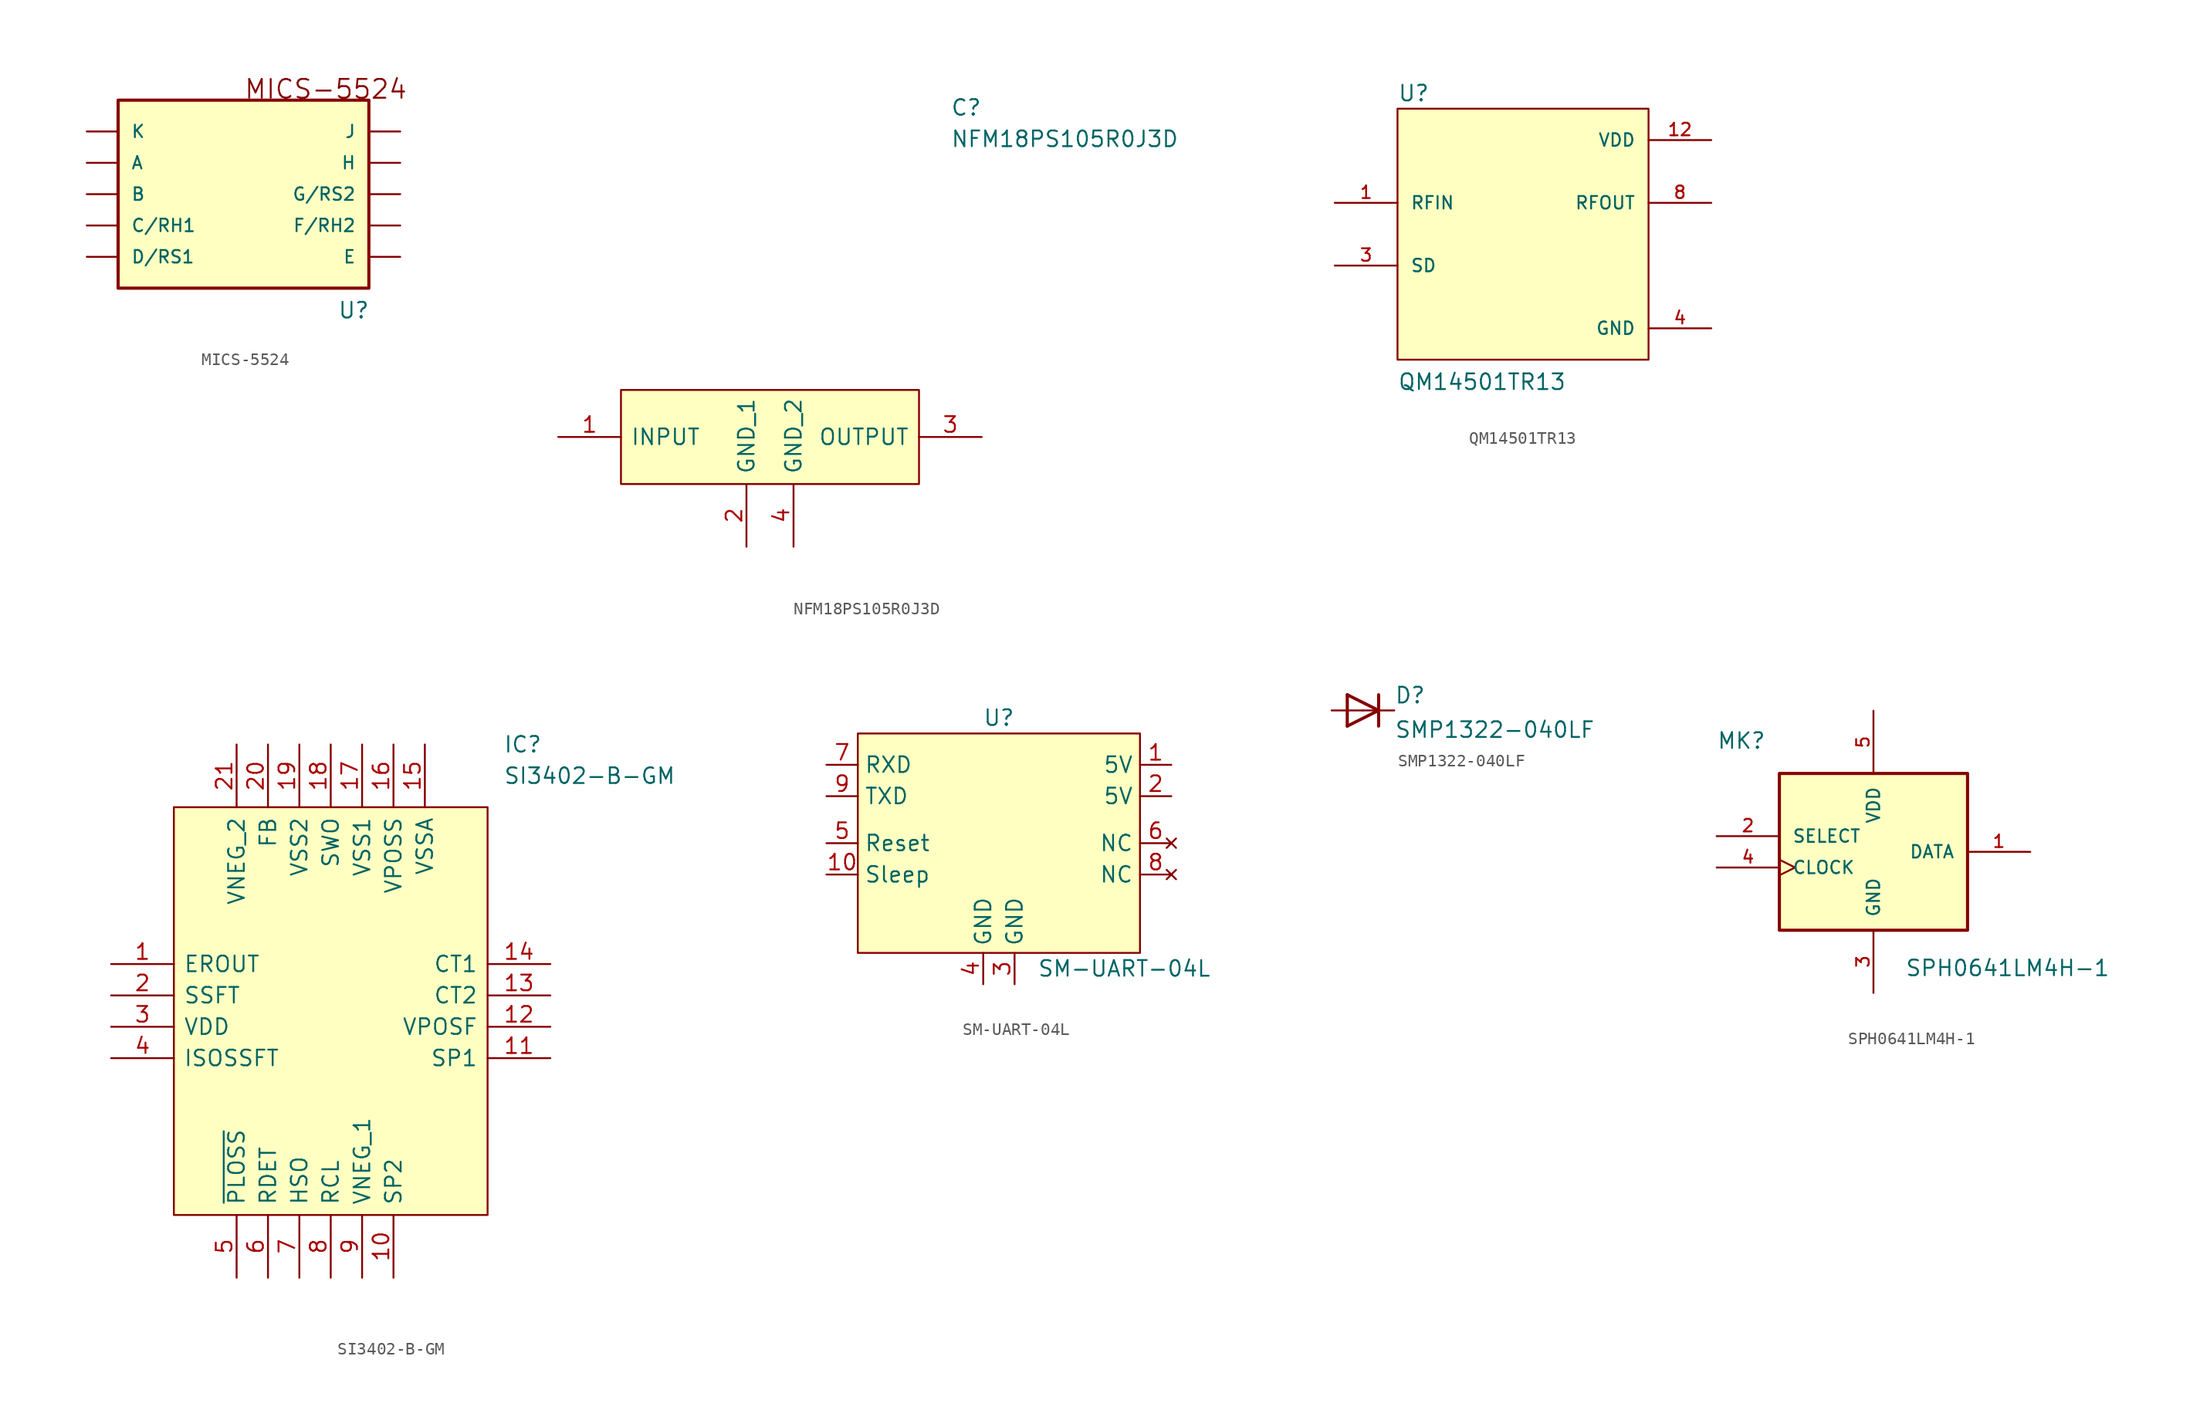
<source format=kicad_sym>
(kicad_symbol_lib
  (version 20231120)
  (generator "kicad_symbol_editor")
  (generator_version "8.0")
  (symbol "MICS-5524"
    (pin_numbers hide)
    (pin_names
      (offset 1.016))
    (property "Reference" "U"
      (at 7.62 -10.16 0)
      (effects (font (size 1.27 1.27)) (justify left bottom)))
    (property "ki_locked" ""
      (at 0 0 0)
      (effects (font (size 1.27 1.27))))
    (symbol "MICS-5524_0_0"
      (rectangle (start -10.16 -7.62) (end 10.16 7.62) (stroke (width 0.254) (type default)) (fill (type background)))
      (polyline (pts (xy -10.16 -5.969) (xy -10.16 6.731)) (stroke (width 0.254) (type default)) (fill (type none)))
      (text "MICS-5524" (at 0 7.62 0) (effects (font (size 1.524 1.524)) (justify left bottom)))
      (pin bidirectional line (at -12.7 2.54 0) (length 2.54) (name "A" (effects (font (size 1.016 1.016)))) (number "A" (effects (font (size 1.016 1.016)))))
      (pin bidirectional line (at -12.7 0 0) (length 2.54) (name "B" (effects (font (size 1.016 1.016)))) (number "B" (effects (font (size 1.016 1.016)))))
      (pin bidirectional line (at -12.7 -2.54 0) (length 2.54) (name "C/RH1" (effects (font (size 1.016 1.016)))) (number "C" (effects (font (size 1.016 1.016)))))
      (pin bidirectional line (at -12.7 -5.08 0) (length 2.54) (name "D/RS1" (effects (font (size 1.016 1.016)))) (number "D" (effects (font (size 1.016 1.016)))))
      (pin bidirectional line (at 12.7 -5.08 180) (length 2.54) (name "E" (effects (font (size 1.016 1.016)))) (number "E" (effects (font (size 1.016 1.016)))))
      (pin bidirectional line (at 12.7 -2.54 180) (length 2.54) (name "F/RH2" (effects (font (size 1.016 1.016)))) (number "F" (effects (font (size 1.016 1.016)))))
      (pin bidirectional line (at 12.7 0 180) (length 2.54) (name "G/RS2" (effects (font (size 1.016 1.016)))) (number "G" (effects (font (size 1.016 1.016)))))
      (pin bidirectional line (at 12.7 2.54 180) (length 2.54) (name "H" (effects (font (size 1.016 1.016)))) (number "H" (effects (font (size 1.016 1.016)))))
      (pin bidirectional line (at 12.7 5.08 180) (length 2.54) (name "J" (effects (font (size 1.016 1.016)))) (number "J" (effects (font (size 1.016 1.016)))))
      (pin bidirectional line (at -12.7 5.08 0) (length 2.54) (name "K" (effects (font (size 1.016 1.016)))) (number "K" (effects (font (size 1.016 1.016)))))))
  (symbol "NFM18PS105R0J3D"
    (pin_names
      (offset 0.762))
    (property "Reference" "C"
      (at 31.75 17.78 0)
      (effects (font (size 1.27 1.27)) (justify left)))
    (property "Value" "NFM18PS105R0J3D"
      (at 31.75 15.24 0)
      (effects (font (size 1.27 1.27)) (justify left)))
    (symbol "NFM18PS105R0J3D_0_0"
      (pin passive line (at 0 -8.89 0) (length 5.08) (name "INPUT" (effects (font (size 1.27 1.27)))) (number "1" (effects (font (size 1.27 1.27)))))
      (pin passive line (at 15.24 -17.78 90) (length 5.08) (name "GND_1" (effects (font (size 1.27 1.27)))) (number "2" (effects (font (size 1.27 1.27)))))
      (pin passive line (at 34.29 -8.89 180) (length 5.08) (name "OUTPUT" (effects (font (size 1.27 1.27)))) (number "3" (effects (font (size 1.27 1.27)))))
      (pin passive line (at 19.05 -17.78 90) (length 5.08) (name "GND_2" (effects (font (size 1.27 1.27)))) (number "4" (effects (font (size 1.27 1.27))))))
    (symbol "NFM18PS105R0J3D_0_1"
      (rectangle (start 5.08 -5.08) (end 29.21 -12.7) (stroke (width 0.152) (type default)) (fill (type background)))))
  (symbol "QM14501TR13"
    (pin_names
      (offset 1.016))
    (property "Reference" "U"
      (at -10.16 10.668 0)
      (effects (font (size 1.27 1.27)) (justify left bottom)))
    (property "Value" "QM14501TR13"
      (at -10.16 -12.7 0)
      (effects (font (size 1.27 1.27)) (justify left bottom)))
    (property "ki_locked" ""
      (at 0 0 0)
      (effects (font (size 1.27 1.27))))
    (symbol "QM14501TR13_0_0"
      (rectangle (start -10.16 -10.16) (end 10.16 10.16) (stroke (width 0.152) (type default)) (fill (type background)))
      (pin input line (at -15.24 2.54 0) (length 5.08) (name "RFIN" (effects (font (size 1.016 1.016)))) (number "1" (effects (font (size 1.016 1.016)))))
      (pin power_in line (at 15.24 7.62 180) (length 5.08) (name "VDD" (effects (font (size 1.016 1.016)))) (number "12" (effects (font (size 1.016 1.016)))))
      (pin input line (at -15.24 -2.54 0) (length 5.08) (name "SD" (effects (font (size 1.016 1.016)))) (number "3" (effects (font (size 1.016 1.016)))))
      (pin power_in line (at 15.24 -7.62 180) (length 5.08) (name "GND" (effects (font (size 1.016 1.016)))) (number "4" (effects (font (size 1.016 1.016)))))
      (pin output line (at 15.24 2.54 180) (length 5.08) (name "RFOUT" (effects (font (size 1.016 1.016)))) (number "8" (effects (font (size 1.016 1.016)))))))
  (symbol "SI3402-B-GM"
    (pin_names
      (offset 0.762))
    (property "Reference" "IC"
      (at 31.75 17.78 0)
      (effects (font (size 1.27 1.27)) (justify left)))
    (property "Value" "SI3402-B-GM"
      (at 31.75 15.24 0)
      (effects (font (size 1.27 1.27)) (justify left)))
    (symbol "SI3402-B-GM_0_0"
      (pin output line (at 0 0 0) (length 5.08) (name "EROUT" (effects (font (size 1.27 1.27)))) (number "1" (effects (font (size 1.27 1.27)))))
      (pin power_in line (at 22.86 -25.4 90) (length 5.08) (name "SP2" (effects (font (size 1.27 1.27)))) (number "10" (effects (font (size 1.27 1.27)))))
      (pin power_in line (at 35.56 -7.62 180) (length 5.08) (name "SP1" (effects (font (size 1.27 1.27)))) (number "11" (effects (font (size 1.27 1.27)))))
      (pin power_in line (at 35.56 -5.08 180) (length 5.08) (name "VPOSF" (effects (font (size 1.27 1.27)))) (number "12" (effects (font (size 1.27 1.27)))))
      (pin power_in line (at 35.56 -2.54 180) (length 5.08) (name "CT2" (effects (font (size 1.27 1.27)))) (number "13" (effects (font (size 1.27 1.27)))))
      (pin power_in line (at 35.56 0 180) (length 5.08) (name "CT1" (effects (font (size 1.27 1.27)))) (number "14" (effects (font (size 1.27 1.27)))))
      (pin power_in line (at 25.4 17.78 270) (length 5.08) (name "VSSA" (effects (font (size 1.27 1.27)))) (number "15" (effects (font (size 1.27 1.27)))))
      (pin unspecified line (at 22.86 17.78 270) (length 5.08) (name "VPOSS" (effects (font (size 1.27 1.27)))) (number "16" (effects (font (size 1.27 1.27)))))
      (pin unspecified line (at 20.32 17.78 270) (length 5.08) (name "VSS1" (effects (font (size 1.27 1.27)))) (number "17" (effects (font (size 1.27 1.27)))))
      (pin output line (at 17.78 17.78 270) (length 5.08) (name "SWO" (effects (font (size 1.27 1.27)))) (number "18" (effects (font (size 1.27 1.27)))))
      (pin power_in line (at 15.24 17.78 270) (length 5.08) (name "VSS2" (effects (font (size 1.27 1.27)))) (number "19" (effects (font (size 1.27 1.27)))))
      (pin unspecified line (at 0 -2.54 0) (length 5.08) (name "SSFT" (effects (font (size 1.27 1.27)))) (number "2" (effects (font (size 1.27 1.27)))))
      (pin input line (at 12.7 17.78 270) (length 5.08) (name "FB" (effects (font (size 1.27 1.27)))) (number "20" (effects (font (size 1.27 1.27)))))
      (pin power_in line (at 10.16 17.78 270) (length 5.08) (name "VNEG_2" (effects (font (size 1.27 1.27)))) (number "21" (effects (font (size 1.27 1.27)))))
      (pin power_in line (at 0 -5.08 0) (length 5.08) (name "VDD" (effects (font (size 1.27 1.27)))) (number "3" (effects (font (size 1.27 1.27)))))
      (pin unspecified line (at 0 -7.62 0) (length 5.08) (name "ISOSSFT" (effects (font (size 1.27 1.27)))) (number "4" (effects (font (size 1.27 1.27)))))
      (pin output line (at 10.16 -25.4 90) (length 5.08) (name "~{PLOSS}" (effects (font (size 1.27 1.27)))) (number "5" (effects (font (size 1.27 1.27)))))
      (pin input line (at 12.7 -25.4 90) (length 5.08) (name "RDET" (effects (font (size 1.27 1.27)))) (number "6" (effects (font (size 1.27 1.27)))))
      (pin output line (at 15.24 -25.4 90) (length 5.08) (name "HSO" (effects (font (size 1.27 1.27)))) (number "7" (effects (font (size 1.27 1.27)))))
      (pin input line (at 17.78 -25.4 90) (length 5.08) (name "RCL" (effects (font (size 1.27 1.27)))) (number "8" (effects (font (size 1.27 1.27)))))
      (pin power_in line (at 20.32 -25.4 90) (length 5.08) (name "VNEG_1" (effects (font (size 1.27 1.27)))) (number "9" (effects (font (size 1.27 1.27))))))
    (symbol "SI3402-B-GM_0_1"
      (polyline (pts (xy 5.08 12.7) (xy 30.48 12.7) (xy 30.48 -20.32) (xy 5.08 -20.32) (xy 5.08 12.7)) (stroke (width 0.152) (type default)) (fill (type background)))))
  (symbol "SM-UART-04L"
    (property "Reference" "U"
      (at 0 10.16 0)
      (effects (font (size 1.27 1.27))))
    (property "Value" "SM-UART-04L"
      (at 10.16 -10.16 0)
      (effects (font (size 1.27 1.27))))
    (symbol "SM-UART-04L_0_1"
      (rectangle (start -11.43 8.89) (end 11.43 -8.89) (stroke (width 0) (type default)) (fill (type background))))
    (symbol "SM-UART-04L_1_1"
      (pin input line (at 13.97 6.35 180) (length 2.54) (name "5V" (effects (font (size 1.27 1.27)))) (number "1" (effects (font (size 1.27 1.27)))))
      (pin input line (at -13.97 -2.54 0) (length 2.54) (name "Sleep" (effects (font (size 1.27 1.27)))) (number "10" (effects (font (size 1.27 1.27)))))
      (pin input line (at 13.97 3.81 180) (length 2.54) (name "5V" (effects (font (size 1.27 1.27)))) (number "2" (effects (font (size 1.27 1.27)))))
      (pin input line (at 1.27 -11.43 90) (length 2.54) (name "GND" (effects (font (size 1.27 1.27)))) (number "3" (effects (font (size 1.27 1.27)))))
      (pin input line (at -1.27 -11.43 90) (length 2.54) (name "GND" (effects (font (size 1.27 1.27)))) (number "4" (effects (font (size 1.27 1.27)))))
      (pin input line (at -13.97 0 0) (length 2.54) (name "Reset" (effects (font (size 1.27 1.27)))) (number "5" (effects (font (size 1.27 1.27)))))
      (pin no_connect line (at 13.97 0 180) (length 2.54) (name "NC" (effects (font (size 1.27 1.27)))) (number "6" (effects (font (size 1.27 1.27)))))
      (pin output line (at -13.97 6.35 0) (length 2.54) (name "RXD" (effects (font (size 1.27 1.27)))) (number "7" (effects (font (size 1.27 1.27)))))
      (pin no_connect line (at 13.97 -2.54 180) (length 2.54) (name "NC" (effects (font (size 1.27 1.27)))) (number "8" (effects (font (size 1.27 1.27)))))
      (pin input line (at -13.97 3.81 0) (length 2.54) (name "TXD" (effects (font (size 1.27 1.27)))) (number "9" (effects (font (size 1.27 1.27)))))))
  (symbol "SMP1322-040LF"
    (pin_numbers hide)
    (pin_names
      (offset 1.016) hide)
    (property "Reference" "D"
      (at 2.54 0.483 0)
      (effects (font (size 1.27 1.27)) (justify left bottom)))
    (property "Value" "SMP1322-040LF"
      (at 2.54 -2.311 0)
      (effects (font (size 1.27 1.27)) (justify left bottom)))
    (property "ki_locked" ""
      (at 0 0 0)
      (effects (font (size 1.27 1.27))))
    (symbol "SMP1322-040LF_0_0"
      (polyline (pts (xy -1.27 -1.27) (xy 1.27 0)) (stroke (width 0.254) (type default)) (fill (type none)))
      (polyline (pts (xy -1.27 1.27) (xy -1.27 -1.27)) (stroke (width 0.254) (type default)) (fill (type none)))
      (polyline (pts (xy 1.27 0) (xy -1.27 1.27)) (stroke (width 0.254) (type default)) (fill (type none)))
      (polyline (pts (xy 1.27 0) (xy 1.27 -1.27)) (stroke (width 0.254) (type default)) (fill (type none)))
      (polyline (pts (xy 1.27 1.27) (xy 1.27 0)) (stroke (width 0.254) (type default)) (fill (type none)))
      (pin passive line (at -2.54 0 0) (length 2.54) (name "~" (effects (font (size 1.016 1.016)))) (number "1" (effects (font (size 1.016 1.016)))))
      (pin passive line (at 2.54 0 180) (length 2.54) (name "~" (effects (font (size 1.016 1.016)))) (number "2" (effects (font (size 1.016 1.016)))))))
  (symbol "SPH0641LM4H-1"
    (pin_names
      (offset 1.016))
    (property "Reference" "MK"
      (at -12.7 8.255 0)
      (effects (font (size 1.27 1.27)) (justify left bottom)))
    (property "Value" "SPH0641LM4H-1"
      (at 2.54 -10.16 0)
      (effects (font (size 1.27 1.27)) (justify left bottom)))
    (property "ki_locked" ""
      (at 0 0 0)
      (effects (font (size 1.27 1.27))))
    (symbol "SPH0641LM4H-1_0_0"
      (rectangle (start 7.62 -6.35) (end -7.62 6.35) (stroke (width 0.254) (type default)) (fill (type background)))
      (pin output line (at 12.7 0 180) (length 5.08) (name "DATA" (effects (font (size 1.016 1.016)))) (number "1" (effects (font (size 1.016 1.016)))))
      (pin input line (at -12.7 1.27 0) (length 5.08) (name "SELECT" (effects (font (size 1.016 1.016)))) (number "2" (effects (font (size 1.016 1.016)))))
      (pin power_in line (at 0 -11.43 90) (length 5.08) (name "GND" (effects (font (size 1.016 1.016)))) (number "3" (effects (font (size 1.016 1.016)))))
      (pin input clock (at -12.7 -1.27 0) (length 5.08) (name "CLOCK" (effects (font (size 1.016 1.016)))) (number "4" (effects (font (size 1.016 1.016)))))
      (pin power_in line (at 0 11.43 270) (length 5.08) (name "VDD" (effects (font (size 1.016 1.016)))) (number "5" (effects (font (size 1.016 1.016))))))))
</source>
